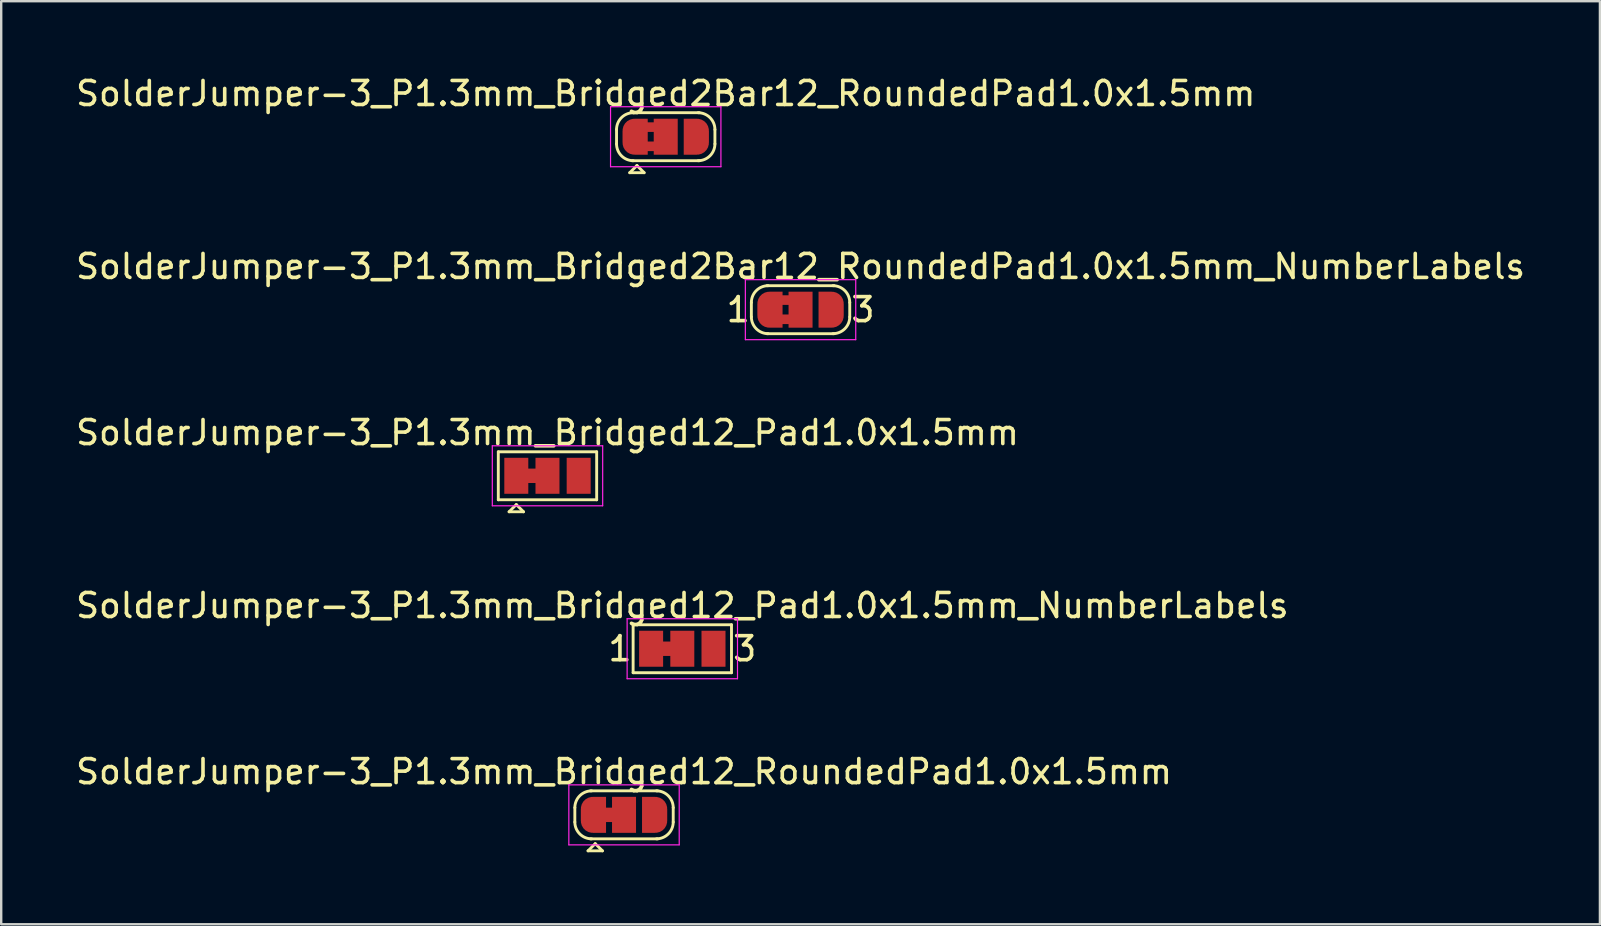
<source format=kicad_pcb>
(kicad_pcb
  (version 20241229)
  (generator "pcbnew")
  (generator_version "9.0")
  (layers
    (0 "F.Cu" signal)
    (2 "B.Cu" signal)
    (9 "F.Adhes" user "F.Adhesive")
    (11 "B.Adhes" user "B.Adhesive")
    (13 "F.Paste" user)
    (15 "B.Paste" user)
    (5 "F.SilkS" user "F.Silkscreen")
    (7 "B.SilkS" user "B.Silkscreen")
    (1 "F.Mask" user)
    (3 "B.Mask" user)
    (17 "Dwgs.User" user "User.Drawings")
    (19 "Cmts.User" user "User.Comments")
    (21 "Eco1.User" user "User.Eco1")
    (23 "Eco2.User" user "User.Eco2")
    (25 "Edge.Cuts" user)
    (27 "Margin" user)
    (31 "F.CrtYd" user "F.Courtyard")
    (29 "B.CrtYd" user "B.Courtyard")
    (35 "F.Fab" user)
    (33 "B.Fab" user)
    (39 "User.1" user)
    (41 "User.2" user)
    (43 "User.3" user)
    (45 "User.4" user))
  (footprint "SolderJumper-3_P1.3mm_Bridged12_RoundedPad1.0x1.5mm"
    (layer "F.Cu")
    (at 22.958 30.911)
    (property "Reference" "SolderJumper-3_P1.3mm_Bridged12_RoundedPad1.0x1.5mm" (at 0 -1.8 0) (layer "F.SilkS") (effects (font (size 1 1) (thickness 0.15))))
    (attr exclude_from_pos_files exclude_from_bom)
    (fp_poly (pts (xy -0.9 -0.3) (xy -0.4 -0.3) (xy -0.4 0.3) (xy -0.9 0.3)) (stroke (width 0) (type solid)) (fill yes) (layer "F.Cu"))
    (fp_line (start -2.05 0.3) (end -2.05 -0.3) (stroke (width 0.12) (type solid)) (layer "F.SilkS"))
    (fp_line (start -1.5 1.5) (end -0.9 1.5) (stroke (width 0.12) (type solid)) (layer "F.SilkS"))
    (fp_line (start -1.4 -1) (end 1.4 -1) (stroke (width 0.12) (type solid)) (layer "F.SilkS"))
    (fp_line (start -1.2 1.2) (end -1.5 1.5) (stroke (width 0.12) (type solid)) (layer "F.SilkS"))
    (fp_line (start -1.2 1.2) (end -0.9 1.5) (stroke (width 0.12) (type solid)) (layer "F.SilkS"))
    (fp_line (start 1.4 1) (end -1.4 1) (stroke (width 0.12) (type solid)) (layer "F.SilkS"))
    (fp_line (start 2.05 -0.3) (end 2.05 0.3) (stroke (width 0.12) (type solid)) (layer "F.SilkS"))
    (fp_arc (start -2.05 -0.3) (mid -1.844975 -0.794975) (end -1.35 -1) (stroke (width 0.12) (type solid)) (layer "F.SilkS"))
    (fp_arc (start -1.35 1) (mid -1.844975 0.794975) (end -2.05 0.3) (stroke (width 0.12) (type solid)) (layer "F.SilkS"))
    (fp_arc (start 1.35 -1) (mid 1.844975 -0.794975) (end 2.05 -0.3) (stroke (width 0.12) (type solid)) (layer "F.SilkS"))
    (fp_arc (start 2.05 0.3) (mid 1.844975 0.794975) (end 1.35 1) (stroke (width 0.12) (type solid)) (layer "F.SilkS"))
    (fp_line (start -2.3 -1.25) (end -2.3 1.25) (stroke (width 0.05) (type solid)) (layer "F.CrtYd"))
    (fp_line (start -2.3 -1.25) (end 2.3 -1.25) (stroke (width 0.05) (type solid)) (layer "F.CrtYd"))
    (fp_line (start 2.3 1.25) (end -2.3 1.25) (stroke (width 0.05) (type solid)) (layer "F.CrtYd"))
    (fp_line (start 2.3 1.25) (end 2.3 -1.25) (stroke (width 0.05) (type solid)) (layer "F.CrtYd"))
    (pad "1" smd custom (at -1.3 0) (size 1 0.5) (layers "F.Cu" "F.Mask") (options (anchor rect)) (primitives (gr_circle (center 0 0.25) (end 0.5 0.25) (width 0) (fill yes)) (gr_circle (center 0 -0.25) (end 0.5 -0.25) (width 0) (fill yes)) (gr_poly (pts (xy 0.55 0.75) (xy 0 0.75) (xy 0 -0.75) (xy 0.55 -0.75)) (width 0) (fill yes))))
    (pad "2" smd rect (at 0 0) (size 1 1.5) (layers "F.Cu" "F.Mask"))
    (pad "3" smd custom (at 1.3 0) (size 1 0.5) (layers "F.Cu" "F.Mask") (options (anchor rect)) (primitives (gr_circle (center 0 0.25) (end 0.5 0.25) (width 0) (fill yes)) (gr_circle (center 0 -0.25) (end 0.5 -0.25) (width 0) (fill yes)) (gr_poly (pts (xy 0 0.75) (xy -0.55 0.75) (xy -0.55 -0.75) (xy 0 -0.75)) (width 0) (fill yes)))))
  (footprint "SolderJumper-3_P1.3mm_Bridged2Bar12_RoundedPad1.0x1.5mm"
    (layer "F.Cu")
    (at 24.696 2.648)
    (property "Reference" "SolderJumper-3_P1.3mm_Bridged2Bar12_RoundedPad1.0x1.5mm" (at 0 -1.8 0) (layer "F.SilkS") (effects (font (size 1 1) (thickness 0.15))))
    (attr exclude_from_pos_files exclude_from_bom)
    (fp_poly (pts (xy -0.9 -0.6) (xy -0.4 -0.6) (xy -0.4 -0.2) (xy -0.9 -0.2)) (stroke (width 0) (type solid)) (fill yes) (layer "F.Cu"))
    (fp_poly (pts (xy -0.9 0.2) (xy -0.4 0.2) (xy -0.4 0.6) (xy -0.9 0.6)) (stroke (width 0) (type solid)) (fill yes) (layer "F.Cu"))
    (fp_line (start -2.05 0.3) (end -2.05 -0.3) (stroke (width 0.12) (type solid)) (layer "F.SilkS"))
    (fp_line (start -1.5 1.5) (end -0.9 1.5) (stroke (width 0.12) (type solid)) (layer "F.SilkS"))
    (fp_line (start -1.4 -1) (end 1.4 -1) (stroke (width 0.12) (type solid)) (layer "F.SilkS"))
    (fp_line (start -1.2 1.2) (end -1.5 1.5) (stroke (width 0.12) (type solid)) (layer "F.SilkS"))
    (fp_line (start -1.2 1.2) (end -0.9 1.5) (stroke (width 0.12) (type solid)) (layer "F.SilkS"))
    (fp_line (start 1.4 1) (end -1.4 1) (stroke (width 0.12) (type solid)) (layer "F.SilkS"))
    (fp_line (start 2.05 -0.3) (end 2.05 0.3) (stroke (width 0.12) (type solid)) (layer "F.SilkS"))
    (fp_arc (start -2.05 -0.3) (mid -1.844975 -0.794975) (end -1.35 -1) (stroke (width 0.12) (type solid)) (layer "F.SilkS"))
    (fp_arc (start -1.35 1) (mid -1.844975 0.794975) (end -2.05 0.3) (stroke (width 0.12) (type solid)) (layer "F.SilkS"))
    (fp_arc (start 1.35 -1) (mid 1.844975 -0.794975) (end 2.05 -0.3) (stroke (width 0.12) (type solid)) (layer "F.SilkS"))
    (fp_arc (start 2.05 0.3) (mid 1.844975 0.794975) (end 1.35 1) (stroke (width 0.12) (type solid)) (layer "F.SilkS"))
    (fp_line (start -2.3 -1.25) (end -2.3 1.25) (stroke (width 0.05) (type solid)) (layer "F.CrtYd"))
    (fp_line (start -2.3 -1.25) (end 2.3 -1.25) (stroke (width 0.05) (type solid)) (layer "F.CrtYd"))
    (fp_line (start 2.3 1.25) (end -2.3 1.25) (stroke (width 0.05) (type solid)) (layer "F.CrtYd"))
    (fp_line (start 2.3 1.25) (end 2.3 -1.25) (stroke (width 0.05) (type solid)) (layer "F.CrtYd"))
    (pad "1" smd custom (at -1.3 0) (size 1 0.5) (layers "F.Cu" "F.Mask") (options (anchor rect)) (primitives (gr_circle (center 0 0.25) (end 0.5 0.25) (width 0) (fill yes)) (gr_circle (center 0 -0.25) (end 0.5 -0.25) (width 0) (fill yes)) (gr_poly (pts (xy 0.55 0.75) (xy 0 0.75) (xy 0 -0.75) (xy 0.55 -0.75)) (width 0) (fill yes))))
    (pad "2" smd rect (at 0 0) (size 1 1.5) (layers "F.Cu" "F.Mask"))
    (pad "3" smd custom (at 1.3 0) (size 1 0.5) (layers "F.Cu" "F.Mask") (options (anchor rect)) (primitives (gr_circle (center 0 0.25) (end 0.5 0.25) (width 0) (fill yes)) (gr_circle (center 0 -0.25) (end 0.5 -0.25) (width 0) (fill yes)) (gr_poly (pts (xy 0 0.75) (xy -0.55 0.75) (xy -0.55 -0.75) (xy 0 -0.75)) (width 0) (fill yes)))))
  (footprint "SolderJumper-3_P1.3mm_Bridged12_Pad1.0x1.5mm_NumberLabels"
    (layer "F.Cu")
    (at 25.387 23.988)
    (property "Reference" "SolderJumper-3_P1.3mm_Bridged12_Pad1.0x1.5mm_NumberLabels" (at 0 -1.8 0) (layer "F.SilkS") (effects (font (size 1 1) (thickness 0.15))))
    (attr exclude_from_pos_files exclude_from_bom)
    (fp_poly (pts (xy -0.9 -0.3) (xy -0.4 -0.3) (xy -0.4 0.3) (xy -0.9 0.3)) (stroke (width 0) (type solid)) (fill yes) (layer "F.Cu"))
    (fp_line (start -2.05 -1) (end 2.05 -1) (stroke (width 0.12) (type solid)) (layer "F.SilkS"))
    (fp_line (start -2.05 1) (end -2.05 -1) (stroke (width 0.12) (type solid)) (layer "F.SilkS"))
    (fp_line (start 2.05 -1) (end 2.05 1) (stroke (width 0.12) (type solid)) (layer "F.SilkS"))
    (fp_line (start 2.05 1) (end -2.05 1) (stroke (width 0.12) (type solid)) (layer "F.SilkS"))
    (fp_line (start -2.3 -1.25) (end -2.3 1.25) (stroke (width 0.05) (type solid)) (layer "F.CrtYd"))
    (fp_line (start -2.3 -1.25) (end 2.3 -1.25) (stroke (width 0.05) (type solid)) (layer "F.CrtYd"))
    (fp_line (start 2.3 1.25) (end -2.3 1.25) (stroke (width 0.05) (type solid)) (layer "F.CrtYd"))
    (fp_line (start 2.3 1.25) (end 2.3 -1.25) (stroke (width 0.05) (type solid)) (layer "F.CrtYd"))
    (fp_text user "1" (at -2.6 0 0) (layer "F.SilkS") (effects (font (size 1 1) (thickness 0.15))))
    (fp_text user "3" (at 2.6 0 0) (layer "F.SilkS") (effects (font (size 1 1) (thickness 0.15))))
    (pad "1" smd rect (at -1.3 0) (size 1 1.5) (layers "F.Cu" "F.Mask"))
    (pad "2" smd rect (at 0 0) (size 1 1.5) (layers "F.Cu" "F.Mask"))
    (pad "3" smd rect (at 1.3 0) (size 1 1.5) (layers "F.Cu" "F.Mask")))
  (footprint "SolderJumper-3_P1.3mm_Bridged2Bar12_RoundedPad1.0x1.5mm_NumberLabels"
    (layer "F.Cu")
    (at 30.315 9.857)
    (property "Reference" "SolderJumper-3_P1.3mm_Bridged2Bar12_RoundedPad1.0x1.5mm_NumberLabels" (at 0 -1.8 0) (layer "F.SilkS") (effects (font (size 1 1) (thickness 0.15))))
    (attr exclude_from_pos_files exclude_from_bom)
    (fp_poly (pts (xy -0.9 -0.6) (xy -0.4 -0.6) (xy -0.4 -0.2) (xy -0.9 -0.2)) (stroke (width 0) (type solid)) (fill yes) (layer "F.Cu"))
    (fp_poly (pts (xy -0.9 0.2) (xy -0.4 0.2) (xy -0.4 0.6) (xy -0.9 0.6)) (stroke (width 0) (type solid)) (fill yes) (layer "F.Cu"))
    (fp_line (start -2.05 0.3) (end -2.05 -0.3) (stroke (width 0.12) (type solid)) (layer "F.SilkS"))
    (fp_line (start -1.4 -1) (end 1.4 -1) (stroke (width 0.12) (type solid)) (layer "F.SilkS"))
    (fp_line (start 1.4 1) (end -1.4 1) (stroke (width 0.12) (type solid)) (layer "F.SilkS"))
    (fp_line (start 2.05 -0.3) (end 2.05 0.3) (stroke (width 0.12) (type solid)) (layer "F.SilkS"))
    (fp_arc (start -2.05 -0.3) (mid -1.844975 -0.794975) (end -1.35 -1) (stroke (width 0.12) (type solid)) (layer "F.SilkS"))
    (fp_arc (start -1.35 1) (mid -1.844975 0.794975) (end -2.05 0.3) (stroke (width 0.12) (type solid)) (layer "F.SilkS"))
    (fp_arc (start 1.35 -1) (mid 1.844975 -0.794975) (end 2.05 -0.3) (stroke (width 0.12) (type solid)) (layer "F.SilkS"))
    (fp_arc (start 2.05 0.3) (mid 1.844975 0.794975) (end 1.35 1) (stroke (width 0.12) (type solid)) (layer "F.SilkS"))
    (fp_line (start -2.3 -1.25) (end -2.3 1.25) (stroke (width 0.05) (type solid)) (layer "F.CrtYd"))
    (fp_line (start -2.3 -1.25) (end 2.3 -1.25) (stroke (width 0.05) (type solid)) (layer "F.CrtYd"))
    (fp_line (start 2.3 1.25) (end -2.3 1.25) (stroke (width 0.05) (type solid)) (layer "F.CrtYd"))
    (fp_line (start 2.3 1.25) (end 2.3 -1.25) (stroke (width 0.05) (type solid)) (layer "F.CrtYd"))
    (fp_text user "3" (at 2.6 0 0) (layer "F.SilkS") (effects (font (size 1 1) (thickness 0.15))))
    (fp_text user "1" (at -2.6 0 0) (layer "F.SilkS") (effects (font (size 1 1) (thickness 0.15))))
    (pad "1" smd custom (at -1.3 0) (size 1 0.5) (layers "F.Cu" "F.Mask") (options (anchor rect)) (primitives (gr_circle (center 0 0.25) (end 0.5 0.25) (width 0) (fill yes)) (gr_circle (center 0 -0.25) (end 0.5 -0.25) (width 0) (fill yes)) (gr_poly (pts (xy 0.55 0.75) (xy 0 0.75) (xy 0 -0.75) (xy 0.55 -0.75)) (width 0) (fill yes))))
    (pad "2" smd rect (at 0 0) (size 1 1.5) (layers "F.Cu" "F.Mask"))
    (pad "3" smd custom (at 1.3 0) (size 1 0.5) (layers "F.Cu" "F.Mask") (options (anchor rect)) (primitives (gr_circle (center 0 0.25) (end 0.5 0.25) (width 0) (fill yes)) (gr_circle (center 0 -0.25) (end 0.5 -0.25) (width 0) (fill yes)) (gr_poly (pts (xy 0 0.75) (xy -0.55 0.75) (xy -0.55 -0.75) (xy 0 -0.75)) (width 0) (fill yes)))))
  (footprint "SolderJumper-3_P1.3mm_Bridged12_Pad1.0x1.5mm"
    (layer "F.Cu")
    (at 19.768 16.78)
    (property "Reference" "SolderJumper-3_P1.3mm_Bridged12_Pad1.0x1.5mm" (at 0 -1.8 0) (layer "F.SilkS") (effects (font (size 1 1) (thickness 0.15))))
    (attr exclude_from_pos_files exclude_from_bom)
    (fp_poly (pts (xy -0.9 -0.3) (xy -0.4 -0.3) (xy -0.4 0.3) (xy -0.9 0.3)) (stroke (width 0) (type solid)) (fill yes) (layer "F.Cu"))
    (fp_line (start -2.05 -1) (end 2.05 -1) (stroke (width 0.12) (type solid)) (layer "F.SilkS"))
    (fp_line (start -2.05 1) (end -2.05 -1) (stroke (width 0.12) (type solid)) (layer "F.SilkS"))
    (fp_line (start -1.6 1.5) (end -1 1.5) (stroke (width 0.12) (type solid)) (layer "F.SilkS"))
    (fp_line (start -1.3 1.2) (end -1.6 1.5) (stroke (width 0.12) (type solid)) (layer "F.SilkS"))
    (fp_line (start -1.3 1.2) (end -1 1.5) (stroke (width 0.12) (type solid)) (layer "F.SilkS"))
    (fp_line (start 2.05 -1) (end 2.05 1) (stroke (width 0.12) (type solid)) (layer "F.SilkS"))
    (fp_line (start 2.05 1) (end -2.05 1) (stroke (width 0.12) (type solid)) (layer "F.SilkS"))
    (fp_line (start -2.3 -1.25) (end -2.3 1.25) (stroke (width 0.05) (type solid)) (layer "F.CrtYd"))
    (fp_line (start -2.3 -1.25) (end 2.3 -1.25) (stroke (width 0.05) (type solid)) (layer "F.CrtYd"))
    (fp_line (start 2.3 1.25) (end -2.3 1.25) (stroke (width 0.05) (type solid)) (layer "F.CrtYd"))
    (fp_line (start 2.3 1.25) (end 2.3 -1.25) (stroke (width 0.05) (type solid)) (layer "F.CrtYd"))
    (pad "1" smd rect (at -1.3 0) (size 1 1.5) (layers "F.Cu" "F.Mask"))
    (pad "2" smd rect (at 0 0) (size 1 1.5) (layers "F.Cu" "F.Mask"))
    (pad "3" smd rect (at 1.3 0) (size 1 1.5) (layers "F.Cu" "F.Mask")))
  (gr_rect
    (start -3 -3)
    (end 63.631 35.471)
    (stroke (width 0.1) (type default))
    (fill no)
    (layer "Edge.Cuts")))
</source>
